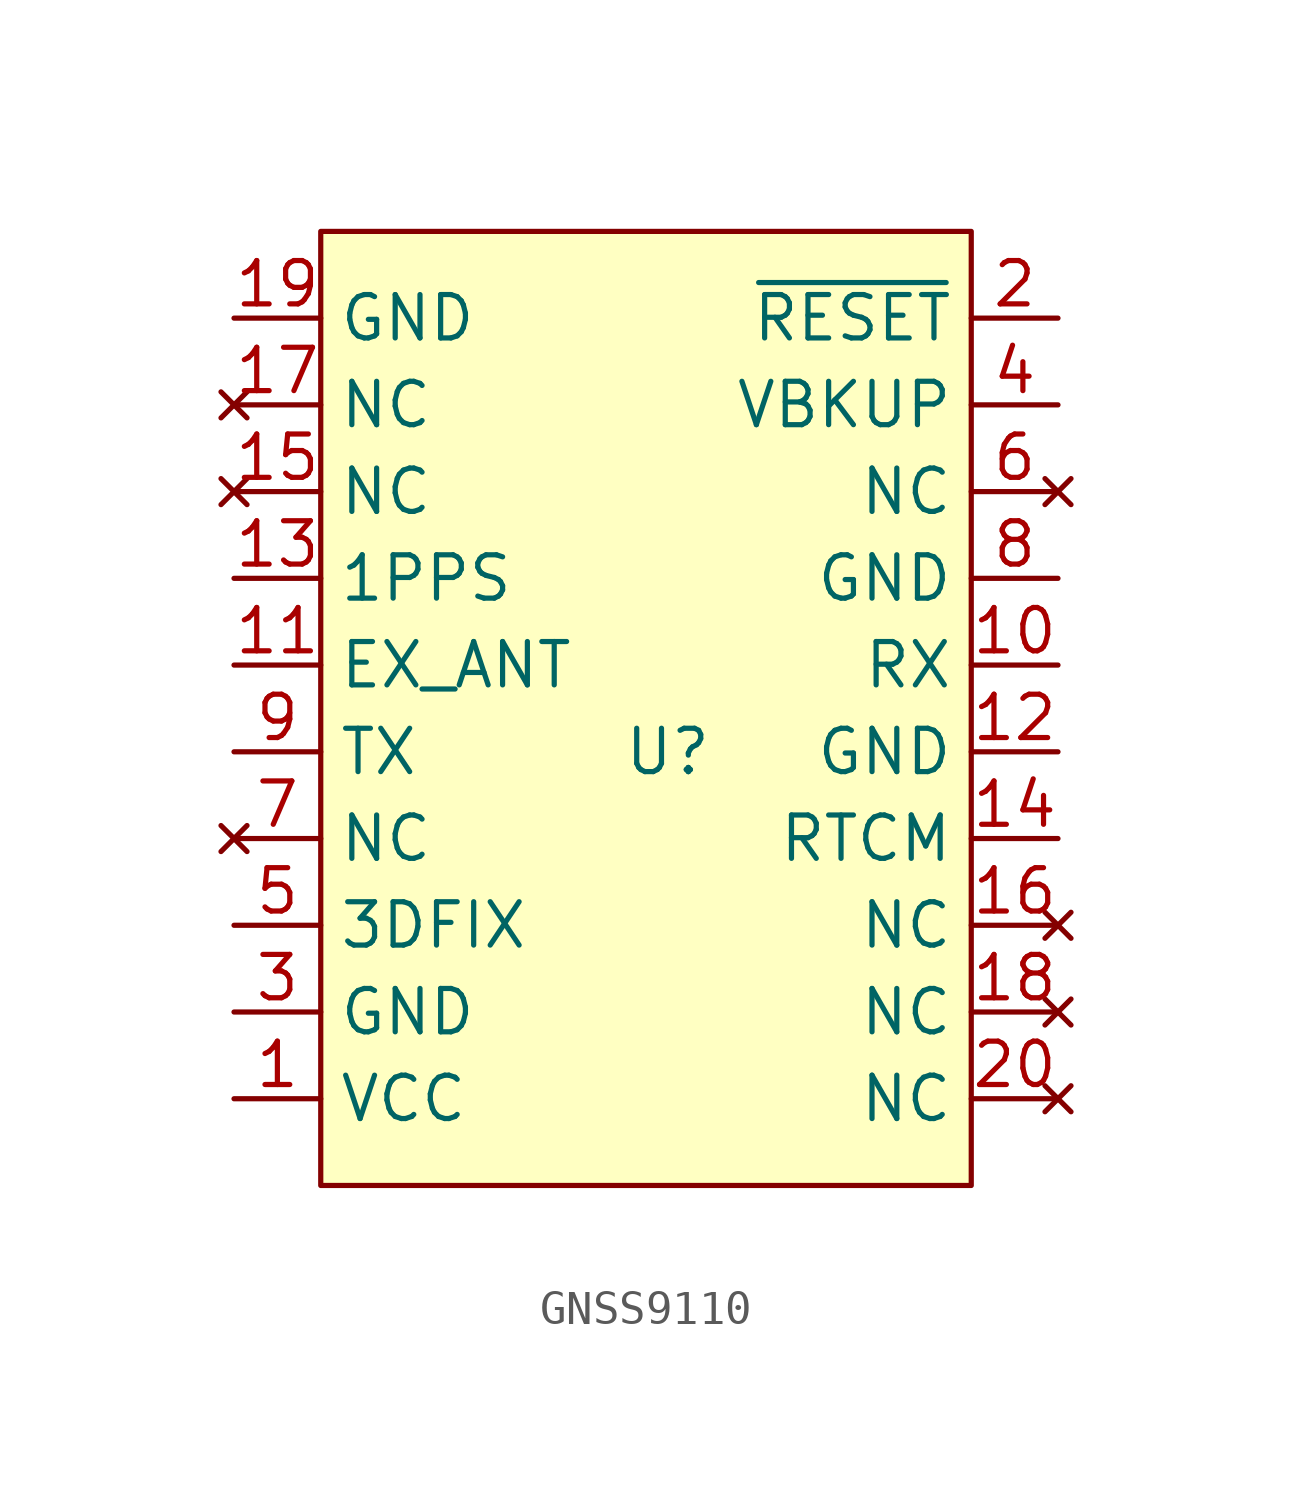
<source format=kicad_sym>
(kicad_symbol_lib
  (version 20231120)
  (generator "kicad_symbol_editor")
  (generator_version "8.0")
  (symbol "GNSS9110"
    (property "Reference" "U"
      (at 0 0 0)
      (effects (font (size 1.27 1.27))))
    (property "Value" ""
      (at 0 0 0)
      (effects (font (size 1.27 1.27))))
    (property "ki_locked" ""
      (at 0 0 0)
      (effects (font (size 1.27 1.27))))
    (symbol "GNSS9110_1_1"
      (rectangle (start -10.16 15.24) (end 8.89 -12.7) (stroke (width 0) (type default)) (fill (type background)))
      (pin input line (at -12.7 -10.16 0) (length 2.54) (name "VCC" (effects (font (size 1.27 1.27)))) (number "1" (effects (font (size 1.27 1.27)))))
      (pin input line (at 11.43 2.54 180) (length 2.54) (name "RX" (effects (font (size 1.27 1.27)))) (number "10" (effects (font (size 1.27 1.27)))))
      (pin input line (at -12.7 2.54 0) (length 2.54) (name "EX_ANT" (effects (font (size 1.27 1.27)))) (number "11" (effects (font (size 1.27 1.27)))))
      (pin input line (at 11.43 0 180) (length 2.54) (name "GND" (effects (font (size 1.27 1.27)))) (number "12" (effects (font (size 1.27 1.27)))))
      (pin input line (at -12.7 5.08 0) (length 2.54) (name "1PPS" (effects (font (size 1.27 1.27)))) (number "13" (effects (font (size 1.27 1.27)))))
      (pin input line (at 11.43 -2.54 180) (length 2.54) (name "RTCM" (effects (font (size 1.27 1.27)))) (number "14" (effects (font (size 1.27 1.27)))))
      (pin no_connect line (at -12.7 7.62 0) (length 2.54) (name "NC" (effects (font (size 1.27 1.27)))) (number "15" (effects (font (size 1.27 1.27)))))
      (pin no_connect line (at 11.43 -5.08 180) (length 2.54) (name "NC" (effects (font (size 1.27 1.27)))) (number "16" (effects (font (size 1.27 1.27)))))
      (pin no_connect line (at -12.7 10.16 0) (length 2.54) (name "NC" (effects (font (size 1.27 1.27)))) (number "17" (effects (font (size 1.27 1.27)))))
      (pin no_connect line (at 11.43 -7.62 180) (length 2.54) (name "NC" (effects (font (size 1.27 1.27)))) (number "18" (effects (font (size 1.27 1.27)))))
      (pin input line (at -12.7 12.7 0) (length 2.54) (name "GND" (effects (font (size 1.27 1.27)))) (number "19" (effects (font (size 1.27 1.27)))))
      (pin input line (at 11.43 12.7 180) (length 2.54) (name "~{RESET}" (effects (font (size 1.27 1.27)))) (number "2" (effects (font (size 1.27 1.27)))))
      (pin no_connect line (at 11.43 -10.16 180) (length 2.54) (name "NC" (effects (font (size 1.27 1.27)))) (number "20" (effects (font (size 1.27 1.27)))))
      (pin input line (at -12.7 -7.62 0) (length 2.54) (name "GND" (effects (font (size 1.27 1.27)))) (number "3" (effects (font (size 1.27 1.27)))))
      (pin input line (at 11.43 10.16 180) (length 2.54) (name "VBKUP" (effects (font (size 1.27 1.27)))) (number "4" (effects (font (size 1.27 1.27)))))
      (pin input line (at -12.7 -5.08 0) (length 2.54) (name "3DFIX" (effects (font (size 1.27 1.27)))) (number "5" (effects (font (size 1.27 1.27)))))
      (pin no_connect line (at 11.43 7.62 180) (length 2.54) (name "NC" (effects (font (size 1.27 1.27)))) (number "6" (effects (font (size 1.27 1.27)))))
      (pin no_connect line (at -12.7 -2.54 0) (length 2.54) (name "NC" (effects (font (size 1.27 1.27)))) (number "7" (effects (font (size 1.27 1.27)))))
      (pin input line (at 11.43 5.08 180) (length 2.54) (name "GND" (effects (font (size 1.27 1.27)))) (number "8" (effects (font (size 1.27 1.27)))))
      (pin input line (at -12.7 0 0) (length 2.54) (name "TX" (effects (font (size 1.27 1.27)))) (number "9" (effects (font (size 1.27 1.27))))))))
</source>
